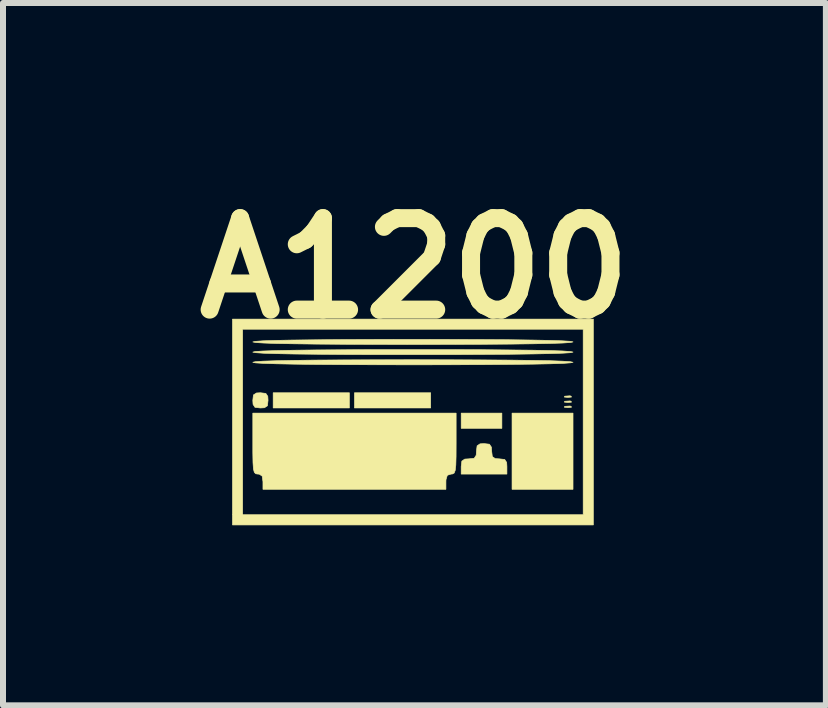
<source format=kicad_pcb>
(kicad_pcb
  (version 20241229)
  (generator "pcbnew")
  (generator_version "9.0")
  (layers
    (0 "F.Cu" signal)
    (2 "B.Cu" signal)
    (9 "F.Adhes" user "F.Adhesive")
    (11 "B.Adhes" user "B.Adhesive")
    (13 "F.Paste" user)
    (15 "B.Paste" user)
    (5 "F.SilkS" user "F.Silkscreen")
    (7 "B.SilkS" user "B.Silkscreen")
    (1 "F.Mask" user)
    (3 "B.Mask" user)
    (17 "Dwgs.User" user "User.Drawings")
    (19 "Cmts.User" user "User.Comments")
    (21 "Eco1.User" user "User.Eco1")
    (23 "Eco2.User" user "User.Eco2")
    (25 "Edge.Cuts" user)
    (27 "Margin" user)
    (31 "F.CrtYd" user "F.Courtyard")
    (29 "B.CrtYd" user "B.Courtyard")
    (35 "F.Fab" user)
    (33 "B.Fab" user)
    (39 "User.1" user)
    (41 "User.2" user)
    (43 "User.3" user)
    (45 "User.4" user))
  (footprint "A1200"
    (layer "F.Cu")
    (at 3.828 3.958)
    (property "Reference" "A1200" (at 0.025 -2.54 0) (layer "F.SilkS") (effects (font (size 1.524 1.524) (thickness 0.3))))
    (attr through_hole)
    (fp_poly (pts (xy -1.058 -0.212) (xy -2.328 -0.212) (xy -2.328 -0.466) (xy -1.058 -0.466) (xy -1.058 -0.212)) (stroke (width 0.01) (type solid)) (fill yes) (layer "F.SilkS"))
    (fp_poly (pts (xy 0.296 -0.212) (xy -0.974 -0.212) (xy -0.974 -0.466) (xy 0.296 -0.466) (xy 0.296 -0.212)) (stroke (width 0.01) (type solid)) (fill yes) (layer "F.SilkS"))
    (fp_poly (pts (xy 1.482 0.127) (xy 0.804 0.127) (xy 0.804 -0.127) (xy 1.482 -0.127) (xy 1.482 0.127)) (stroke (width 0.01) (type solid)) (fill yes) (layer "F.SilkS"))
    (fp_poly (pts (xy 2.667 1.143) (xy 1.651 1.143) (xy 1.651 -0.127) (xy 2.667 -0.127) (xy 2.667 1.143)) (stroke (width 0.01) (type solid)) (fill yes) (layer "F.SilkS"))
    (fp_poly (pts (xy 2.635 -0.409) (xy 2.641 -0.394) (xy 2.582 -0.388) (xy 2.522 -0.394) (xy 2.529 -0.409) (xy 2.616 -0.415) (xy 2.635 -0.409)) (stroke (width 0.01) (type solid)) (fill yes) (layer "F.SilkS"))
    (fp_poly (pts (xy 2.635 -0.324) (xy 2.641 -0.309) (xy 2.582 -0.303) (xy 2.522 -0.31) (xy 2.529 -0.324) (xy 2.616 -0.33) (xy 2.635 -0.324)) (stroke (width 0.01) (type solid)) (fill yes) (layer "F.SilkS"))
    (fp_poly (pts (xy 2.635 -0.24) (xy 2.641 -0.224) (xy 2.582 -0.218) (xy 2.522 -0.225) (xy 2.529 -0.24) (xy 2.616 -0.245) (xy 2.635 -0.24)) (stroke (width 0.01) (type solid)) (fill yes) (layer "F.SilkS"))
    (fp_poly (pts (xy 3.006 1.736) (xy -3.006 1.736) (xy -3.006 -1.524) (xy -2.836 -1.524) (xy -2.836 1.566) (xy 2.836 1.566) (xy 2.836 -1.524) (xy -2.836 -1.524) (xy -3.006 -1.524) (xy -3.006 -1.693) (xy 3.006 -1.693) (xy 3.006 1.736)) (stroke (width 0.01) (type solid)) (fill yes) (layer "F.SilkS"))
    (fp_poly (pts (xy -2.45 -0.455) (xy -2.417 -0.406) (xy -2.413 -0.339) (xy -2.423 -0.249) (xy -2.473 -0.216) (xy -2.54 -0.212) (xy -2.63 -0.222) (xy -2.663 -0.272) (xy -2.667 -0.339) (xy -2.657 -0.429) (xy -2.607 -0.462) (xy -2.54 -0.466) (xy -2.45 -0.455)) (stroke (width 0.01) (type solid)) (fill yes) (layer "F.SilkS"))
    (fp_poly (pts (xy 1.275 0.391) (xy 1.308 0.441) (xy 1.312 0.508) (xy 1.323 0.598) (xy 1.372 0.631) (xy 1.439 0.635) (xy 1.529 0.645) (xy 1.562 0.695) (xy 1.566 0.762) (xy 1.566 0.889) (xy 0.804 0.889) (xy 0.804 0.762) (xy 0.815 0.672) (xy 0.864 0.639) (xy 0.931 0.635) (xy 1.021 0.625) (xy 1.054 0.575) (xy 1.058 0.508) (xy 1.069 0.418) (xy 1.118 0.385) (xy 1.185 0.381) (xy 1.275 0.391)) (stroke (width 0.01) (type solid)) (fill yes) (layer "F.SilkS"))
    (fp_poly (pts (xy 0.72 0.381) (xy 0.719 0.595) (xy 0.715 0.739) (xy 0.705 0.826) (xy 0.688 0.871) (xy 0.66 0.887) (xy 0.635 0.889) (xy 0.573 0.909) (xy 0.551 0.983) (xy 0.55 1.016) (xy 0.55 1.143) (xy -2.498 1.143) (xy -2.498 1.016) (xy -2.511 0.923) (xy -2.56 0.89) (xy -2.582 0.889) (xy -2.618 0.884) (xy -2.642 0.86) (xy -2.657 0.802) (xy -2.664 0.697) (xy -2.667 0.531) (xy -2.667 0.381) (xy -2.667 -0.127) (xy 0.72 -0.127) (xy 0.72 0.381)) (stroke (width 0.01) (type solid)) (fill yes) (layer "F.SilkS"))
    (fp_poly (pts (xy 0.612 -1.354) (xy 1.147 -1.352) (xy 1.603 -1.349) (xy 1.979 -1.344) (xy 2.275 -1.338) (xy 2.488 -1.331) (xy 2.619 -1.323) (xy 2.667 -1.313) (xy 2.667 -1.312) (xy 2.625 -1.303) (xy 2.499 -1.294) (xy 2.29 -1.287) (xy 2 -1.281) (xy 1.629 -1.276) (xy 1.178 -1.273) (xy 0.648 -1.271) (xy 0.041 -1.27) (xy 0 -1.27) (xy -0.612 -1.271) (xy -1.147 -1.273) (xy -1.603 -1.276) (xy -1.979 -1.281) (xy -2.275 -1.286) (xy -2.488 -1.294) (xy -2.619 -1.302) (xy -2.667 -1.312) (xy -2.667 -1.312) (xy -2.625 -1.322) (xy -2.499 -1.331) (xy -2.29 -1.338) (xy -2 -1.344) (xy -1.629 -1.348) (xy -1.178 -1.352) (xy -0.648 -1.354) (xy -0.041 -1.355) (xy 0 -1.355) (xy 0.612 -1.354)) (stroke (width 0.01) (type solid)) (fill yes) (layer "F.SilkS"))
    (fp_poly (pts (xy 0.612 -1.185) (xy 1.147 -1.183) (xy 1.603 -1.179) (xy 1.979 -1.175) (xy 2.275 -1.169) (xy 2.488 -1.162) (xy 2.619 -1.153) (xy 2.667 -1.144) (xy 2.667 -1.143) (xy 2.625 -1.133) (xy 2.499 -1.125) (xy 2.29 -1.118) (xy 2 -1.112) (xy 1.629 -1.107) (xy 1.178 -1.104) (xy 0.648 -1.101) (xy 0.041 -1.101) (xy 0 -1.101) (xy -0.612 -1.101) (xy -1.147 -1.103) (xy -1.603 -1.107) (xy -1.979 -1.111) (xy -2.275 -1.117) (xy -2.488 -1.124) (xy -2.619 -1.133) (xy -2.667 -1.142) (xy -2.667 -1.143) (xy -2.625 -1.153) (xy -2.499 -1.161) (xy -2.29 -1.168) (xy -2 -1.174) (xy -1.629 -1.179) (xy -1.178 -1.182) (xy -0.648 -1.185) (xy -0.041 -1.185) (xy 0 -1.185) (xy 0.612 -1.185)) (stroke (width 0.01) (type solid)) (fill yes) (layer "F.SilkS"))
    (fp_poly (pts (xy 0.612 -1.015) (xy 1.147 -1.013) (xy 1.603 -1.01) (xy 1.979 -1.005) (xy 2.275 -1) (xy 2.488 -0.992) (xy 2.619 -0.984) (xy 2.667 -0.974) (xy 2.667 -0.974) (xy 2.625 -0.964) (xy 2.499 -0.955) (xy 2.29 -0.948) (xy 2 -0.942) (xy 1.629 -0.938) (xy 1.178 -0.934) (xy 0.648 -0.932) (xy 0.041 -0.931) (xy 0 -0.931) (xy -0.612 -0.932) (xy -1.147 -0.934) (xy -1.603 -0.937) (xy -1.979 -0.942) (xy -2.275 -0.948) (xy -2.488 -0.955) (xy -2.619 -0.963) (xy -2.667 -0.973) (xy -2.667 -0.974) (xy -2.625 -0.983) (xy -2.499 -0.992) (xy -2.29 -0.999) (xy -2 -1.005) (xy -1.629 -1.01) (xy -1.178 -1.013) (xy -0.648 -1.015) (xy -0.041 -1.016) (xy 0 -1.016) (xy 0.612 -1.015)) (stroke (width 0.01) (type solid)) (fill yes) (layer "F.SilkS")))
  (gr_rect
    (start -3 -3)
    (end 10.707 8.699)
    (stroke (width 0.1) (type default))
    (fill no)
    (layer "Edge.Cuts")))
</source>
